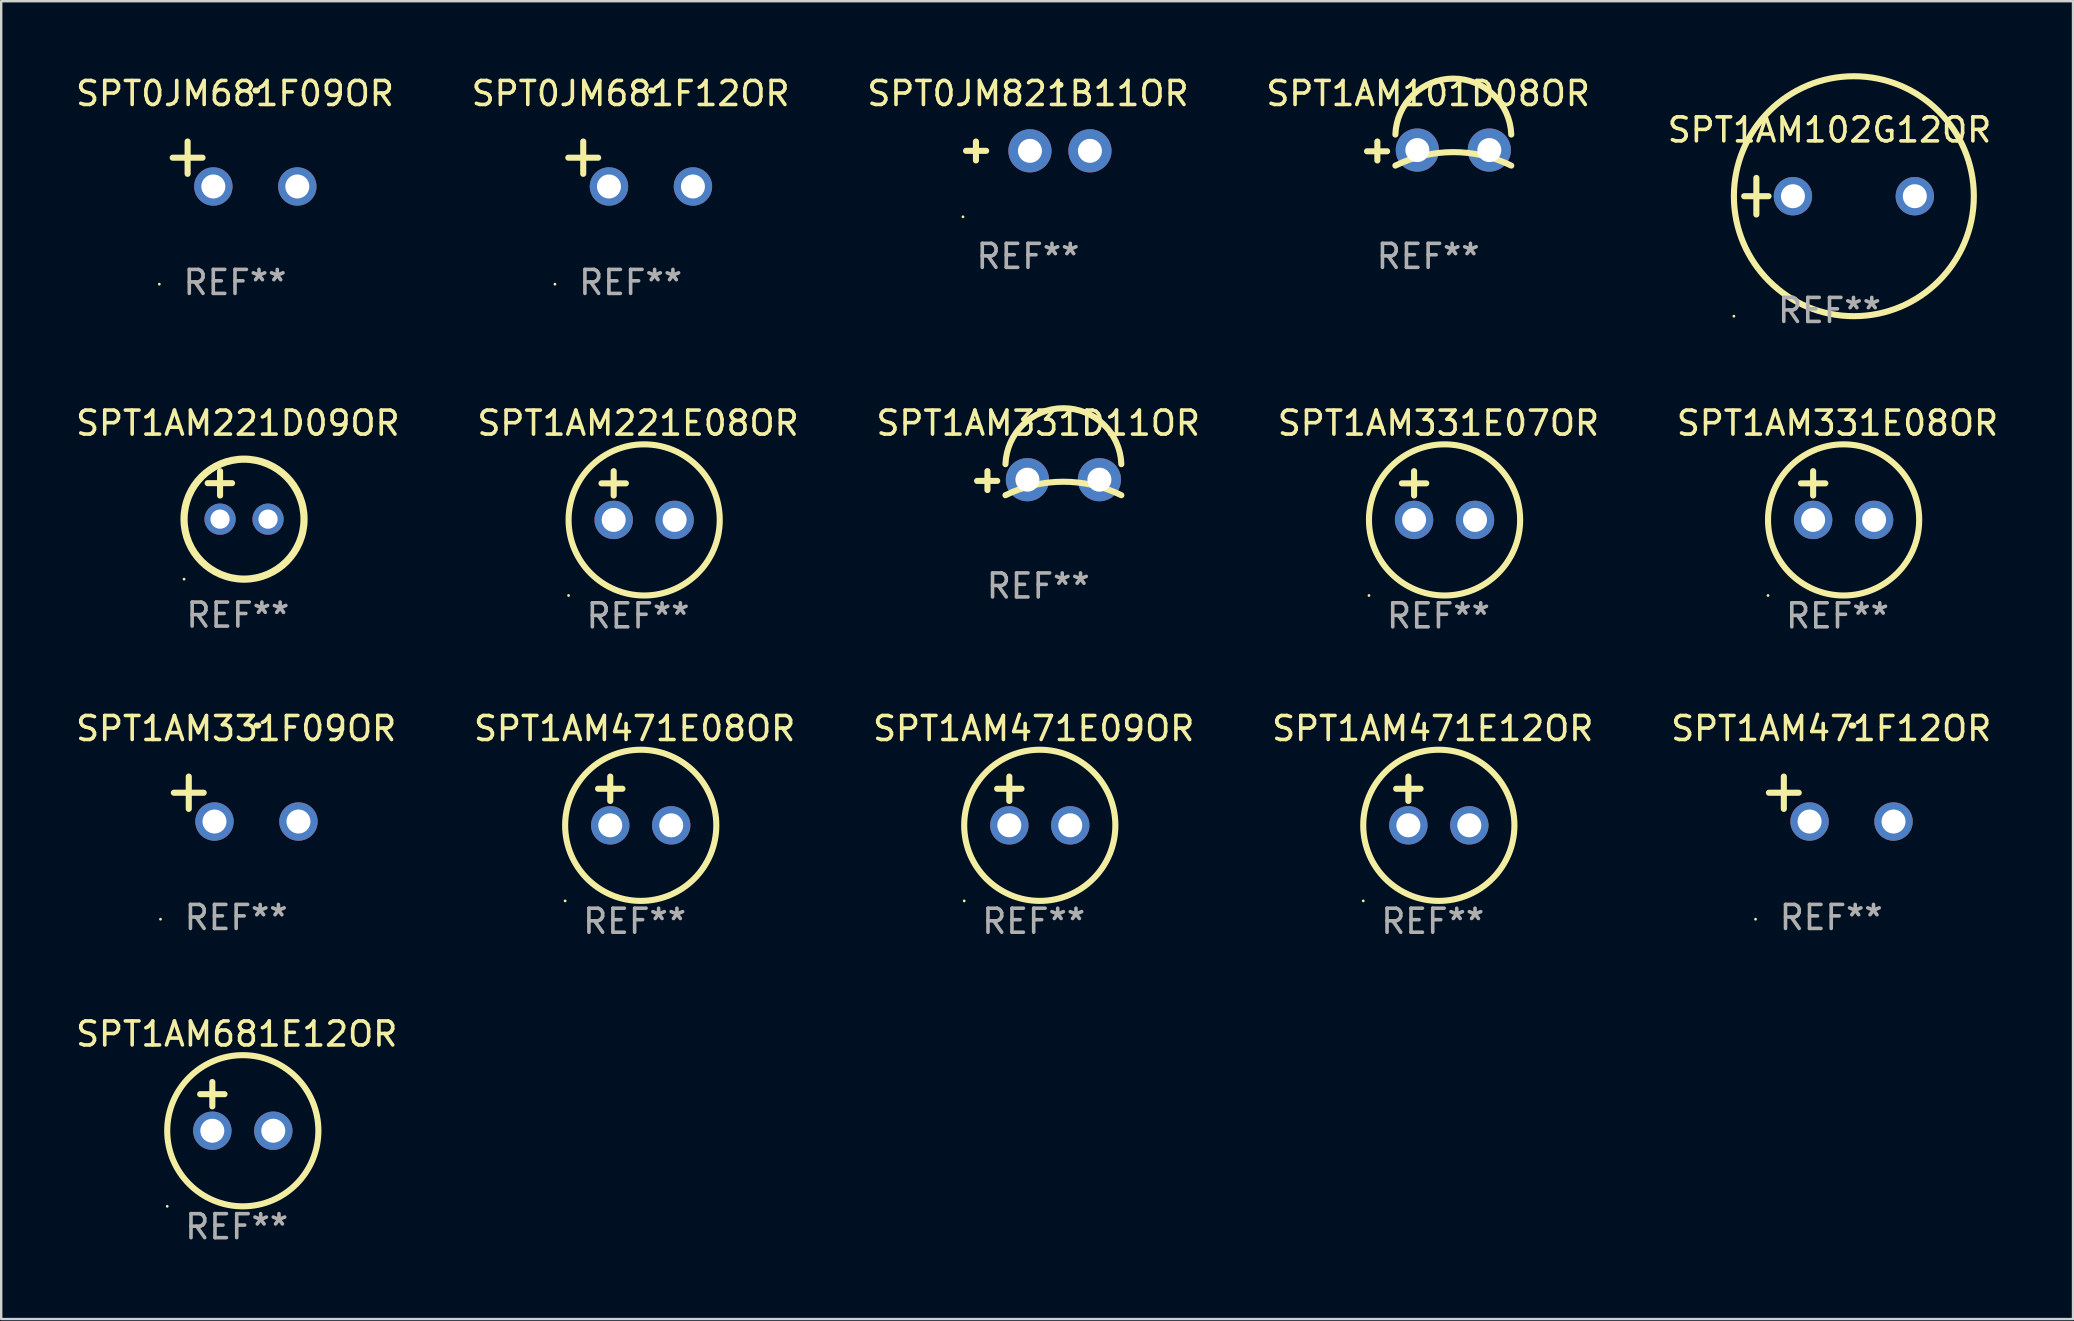
<source format=kicad_pcb>
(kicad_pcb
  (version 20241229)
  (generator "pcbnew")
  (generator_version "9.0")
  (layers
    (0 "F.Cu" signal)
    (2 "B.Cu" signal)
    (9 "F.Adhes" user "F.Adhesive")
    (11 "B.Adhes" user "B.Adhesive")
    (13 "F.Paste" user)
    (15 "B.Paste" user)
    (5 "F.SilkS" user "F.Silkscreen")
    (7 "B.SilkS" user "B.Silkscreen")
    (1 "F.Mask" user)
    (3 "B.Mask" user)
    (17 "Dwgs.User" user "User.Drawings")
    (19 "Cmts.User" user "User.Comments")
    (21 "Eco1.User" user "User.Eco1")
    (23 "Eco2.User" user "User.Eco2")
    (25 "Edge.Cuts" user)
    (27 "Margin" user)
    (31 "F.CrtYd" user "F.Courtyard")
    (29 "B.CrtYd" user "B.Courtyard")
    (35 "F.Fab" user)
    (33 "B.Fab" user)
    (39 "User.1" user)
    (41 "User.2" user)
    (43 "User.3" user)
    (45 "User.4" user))
  (footprint "SPT1AM471E12OR"
    (layer "F.Cu")
    (at 56.661 30.33)
    (property "Reference" "SPT1AM471E12OR" (at 0 -3.016 0) (layer "F.SilkS") (effects (font (size 1 1) (thickness 0.15))))
    (attr through_hole)
    (fp_line (start -1.524 -0.508) (end -0.508 -0.508) (stroke (width 0.254) (type solid)) (layer "F.SilkS"))
    (fp_line (start -1.016 -1.016) (end -1.016 0) (stroke (width 0.254) (type solid)) (layer "F.SilkS"))
    (fp_circle (center -2.896 4.166) (end -2.866 4.166) (stroke (width 0.06) (type solid)) (fill no) (layer "F.SilkS"))
    (fp_circle (center 0.254 1.016) (end 3.404 1.016) (stroke (width 0.254) (type solid)) (fill no) (layer "F.SilkS"))
    (fp_text user "REF**" (at 0 5.016 0) (layer "F.Fab") (effects (font (size 1 1) (thickness 0.15))))
    (pad "1" thru_hole circle (at -1.016 1.016) (size 1.6 1.6) (drill 1) (layers "*.Cu" "*.Mask"))
    (pad "2" thru_hole circle (at 1.524 1.016) (size 1.6 1.6) (drill 1) (layers "*.Cu" "*.Mask")))
  (footprint "SPT1AM331E07OR"
    (layer "F.Cu")
    (at 56.899 17.602)
    (property "Reference" "SPT1AM331E07OR" (at 0 -3.016 0) (layer "F.SilkS") (effects (font (size 1 1) (thickness 0.15))))
    (attr through_hole)
    (fp_line (start -1.524 -0.508) (end -0.508 -0.508) (stroke (width 0.254) (type solid)) (layer "F.SilkS"))
    (fp_line (start -1.016 -1.016) (end -1.016 0) (stroke (width 0.254) (type solid)) (layer "F.SilkS"))
    (fp_circle (center -2.896 4.166) (end -2.866 4.166) (stroke (width 0.06) (type solid)) (fill no) (layer "F.SilkS"))
    (fp_circle (center 0.254 1.016) (end 3.404 1.016) (stroke (width 0.254) (type solid)) (fill no) (layer "F.SilkS"))
    (fp_text user "REF**" (at 0 5.016 0) (layer "F.Fab") (effects (font (size 1 1) (thickness 0.15))))
    (pad "1" thru_hole circle (at -1.016 1.016) (size 1.6 1.6) (drill 1) (layers "*.Cu" "*.Mask"))
    (pad "2" thru_hole circle (at 1.524 1.016) (size 1.6 1.6) (drill 1) (layers "*.Cu" "*.Mask")))
  (footprint "SPT1AM101D08OR"
    (layer "F.Cu")
    (at 56.47 3.242)
    (property "Reference" "SPT1AM101D08OR" (at 0 -2.394 0) (layer "F.SilkS") (effects (font (size 1 1) (thickness 0.15))))
    (attr through_hole)
    (fp_line (start -2.117 0.394) (end -2.117 -0.394) (stroke (width 0.254) (type solid)) (layer "F.SilkS"))
    (fp_line (start -1.711 0.013) (end -2.549 0.013) (stroke (width 0.254) (type solid)) (layer "F.SilkS"))
    (fp_arc (start -1.366193 0.608941) (mid 1.048615 0.047743) (end 3.463424 0.60894) (stroke (width 0.254001) (type solid)) (layer "F.SilkS"))
    (fp_arc (start -1.366192 -0.685141) (mid 1.048616 -3.016259) (end 3.463424 -0.685141) (stroke (width 0.254001) (type solid)) (layer "F.SilkS"))
    (fp_circle (center -2.676 -2.538) (end -2.646 -2.538) (stroke (width 0.06) (type solid)) (fill no) (layer "F.SilkS"))
    (fp_text user "REF**" (at 0 4.394 0) (layer "F.Fab") (effects (font (size 1 1) (thickness 0.15))))
    (pad "1" thru_hole circle (at -0.451 -0.038) (size 1.8 1.8) (drill 1) (layers "*.Cu" "*.Mask"))
    (pad "2" thru_hole circle (at 2.549 -0.038) (size 1.8 1.8) (drill 1) (layers "*.Cu" "*.Mask")))
  (footprint "SPT1AM102G12OR"
    (layer "F.Cu")
    (at 73.196 5.127)
    (property "Reference" "SPT1AM102G12OR" (at 0 -2.762 0) (layer "F.SilkS") (effects (font (size 1 1) (thickness 0.15))))
    (attr through_hole)
    (fp_line (start -3.556 0) (end -2.54 0) (stroke (width 0.254) (type solid)) (layer "F.SilkS"))
    (fp_line (start -3.048 -0.762) (end -3.048 0.762) (stroke (width 0.254) (type solid)) (layer "F.SilkS"))
    (fp_circle (center -3.984 5) (end -3.954 5) (stroke (width 0.06) (type solid)) (fill no) (layer "F.SilkS"))
    (fp_circle (center 1.016 0) (end 6.016 0) (stroke (width 0.254) (type solid)) (fill no) (layer "F.SilkS"))
    (fp_text user "REF**" (at 0 4.762 0) (layer "F.Fab") (effects (font (size 1 1) (thickness 0.15))))
    (pad "1" thru_hole circle (at -1.524 0) (size 1.6 1.6) (drill 1) (layers "*.Cu" "*.Mask"))
    (pad "2" thru_hole circle (at 3.556 0) (size 1.6 1.6) (drill 1) (layers "*.Cu" "*.Mask")))
  (footprint "SPT1AM681E12OR"
    (layer "F.Cu")
    (at 6.815 43.059)
    (property "Reference" "SPT1AM681E12OR" (at 0 -3.016 0) (layer "F.SilkS") (effects (font (size 1 1) (thickness 0.15))))
    (attr through_hole)
    (fp_line (start -1.524 -0.508) (end -0.508 -0.508) (stroke (width 0.254) (type solid)) (layer "F.SilkS"))
    (fp_line (start -1.016 -1.016) (end -1.016 0) (stroke (width 0.254) (type solid)) (layer "F.SilkS"))
    (fp_circle (center -2.896 4.166) (end -2.866 4.166) (stroke (width 0.06) (type solid)) (fill no) (layer "F.SilkS"))
    (fp_circle (center 0.254 1.016) (end 3.404 1.016) (stroke (width 0.254) (type solid)) (fill no) (layer "F.SilkS"))
    (fp_text user "REF**" (at 0 5.016 0) (layer "F.Fab") (effects (font (size 1 1) (thickness 0.15))))
    (pad "1" thru_hole circle (at -1.016 1.016) (size 1.6 1.6) (drill 1) (layers "*.Cu" "*.Mask"))
    (pad "2" thru_hole circle (at 1.524 1.016) (size 1.6 1.6) (drill 1) (layers "*.Cu" "*.Mask")))
  (footprint "SPT1AM221E08OR"
    (layer "F.Cu")
    (at 23.542 17.602)
    (property "Reference" "SPT1AM221E08OR" (at 0 -3.016 0) (layer "F.SilkS") (effects (font (size 1 1) (thickness 0.15))))
    (attr through_hole)
    (fp_line (start -1.524 -0.508) (end -0.508 -0.508) (stroke (width 0.254) (type solid)) (layer "F.SilkS"))
    (fp_line (start -1.016 -1.016) (end -1.016 0) (stroke (width 0.254) (type solid)) (layer "F.SilkS"))
    (fp_circle (center -2.896 4.166) (end -2.866 4.166) (stroke (width 0.06) (type solid)) (fill no) (layer "F.SilkS"))
    (fp_circle (center 0.254 1.016) (end 3.404 1.016) (stroke (width 0.254) (type solid)) (fill no) (layer "F.SilkS"))
    (fp_text user "REF**" (at 0 5.016 0) (layer "F.Fab") (effects (font (size 1 1) (thickness 0.15))))
    (pad "1" thru_hole circle (at -1.016 1.016) (size 1.6 1.6) (drill 1) (layers "*.Cu" "*.Mask"))
    (pad "2" thru_hole circle (at 1.524 1.016) (size 1.6 1.6) (drill 1) (layers "*.Cu" "*.Mask")))
  (footprint "SPT1AM221D09OR"
    (layer "F.Cu")
    (at 6.863 17.586)
    (property "Reference" "SPT1AM221D09OR" (at 0 -3 0) (layer "F.SilkS") (effects (font (size 1 1) (thickness 0.15))))
    (attr through_hole)
    (fp_line (start -1.258 -0.5) (end -0.242 -0.5) (stroke (width 0.254) (type solid)) (layer "F.SilkS"))
    (fp_line (start -0.742 -1) (end -0.742 0.016) (stroke (width 0.254) (type solid)) (layer "F.SilkS"))
    (fp_circle (center -2.242 3.5) (end -2.212 3.5) (stroke (width 0.06) (type solid)) (fill no) (layer "F.SilkS"))
    (fp_circle (center 0.258 1) (end 2.758 1) (stroke (width 0.3) (type solid)) (fill no) (layer "F.SilkS"))
    (fp_text user "REF**" (at 0 5 0) (layer "F.Fab") (effects (font (size 1 1) (thickness 0.15))))
    (pad "1" thru_hole circle (at -0.742 1) (size 1.3 1.3) (drill 0.8) (layers "*.Cu" "*.Mask"))
    (pad "2" thru_hole circle (at 1.258 1) (size 1.3 1.3) (drill 0.8) (layers "*.Cu" "*.Mask")))
  (footprint "SPT1AM471E09OR"
    (layer "F.Cu")
    (at 40.03 30.33)
    (property "Reference" "SPT1AM471E09OR" (at 0 -3.016 0) (layer "F.SilkS") (effects (font (size 1 1) (thickness 0.15))))
    (attr through_hole)
    (fp_line (start -1.524 -0.508) (end -0.508 -0.508) (stroke (width 0.254) (type solid)) (layer "F.SilkS"))
    (fp_line (start -1.016 -1.016) (end -1.016 0) (stroke (width 0.254) (type solid)) (layer "F.SilkS"))
    (fp_circle (center -2.896 4.166) (end -2.866 4.166) (stroke (width 0.06) (type solid)) (fill no) (layer "F.SilkS"))
    (fp_circle (center 0.254 1.016) (end 3.404 1.016) (stroke (width 0.254) (type solid)) (fill no) (layer "F.SilkS"))
    (fp_text user "REF**" (at 0 5.016 0) (layer "F.Fab") (effects (font (size 1 1) (thickness 0.15))))
    (pad "1" thru_hole circle (at -1.016 1.016) (size 1.6 1.6) (drill 1) (layers "*.Cu" "*.Mask"))
    (pad "2" thru_hole circle (at 1.524 1.016) (size 1.6 1.6) (drill 1) (layers "*.Cu" "*.Mask")))
  (footprint "SPT0JM681F09OR"
    (layer "F.Cu")
    (at 6.744 3.785)
    (property "Reference" "SPT0JM681F09OR" (at 0 -2.937 0) (layer "F.SilkS") (effects (font (size 1 1) (thickness 0.15))))
    (attr through_hole)
    (fp_line (start -1.975 0.41) (end -1.975 -0.937) (stroke (width 0.254) (type solid)) (layer "F.SilkS"))
    (fp_line (start -1.353 -0.263) (end -2.597 -0.263) (stroke (width 0.254) (type solid)) (layer "F.SilkS"))
    (fp_arc (start 0.849809 -3.063957) (mid 0.885369 -3.064114) (end 0.920929 -3.063957) (stroke (width 0.254001) (type solid)) (layer "F.SilkS"))
    (fp_circle (center -3.154 5.008) (end -3.124 5.008) (stroke (width 0.06) (type solid)) (fill no) (layer "F.SilkS"))
    (fp_text user "REF**" (at 0 4.937 0) (layer "F.Fab") (effects (font (size 1 1) (thickness 0.15))))
    (pad "1" thru_hole circle (at -0.903 0.937) (size 1.6 1.6) (drill 1) (layers "*.Cu" "*.Mask"))
    (pad "2" thru_hole circle (at 2.597 0.937) (size 1.6 1.6) (drill 1) (layers "*.Cu" "*.Mask")))
  (footprint "SPT0JM681F12OR"
    (layer "F.Cu")
    (at 23.232 3.785)
    (property "Reference" "SPT0JM681F12OR" (at 0 -2.937 0) (layer "F.SilkS") (effects (font (size 1 1) (thickness 0.15))))
    (attr through_hole)
    (fp_line (start -1.975 0.41) (end -1.975 -0.937) (stroke (width 0.254) (type solid)) (layer "F.SilkS"))
    (fp_line (start -1.353 -0.263) (end -2.597 -0.263) (stroke (width 0.254) (type solid)) (layer "F.SilkS"))
    (fp_arc (start 0.849809 -3.063957) (mid 0.885369 -3.064114) (end 0.920929 -3.063957) (stroke (width 0.254001) (type solid)) (layer "F.SilkS"))
    (fp_circle (center -3.154 5.008) (end -3.124 5.008) (stroke (width 0.06) (type solid)) (fill no) (layer "F.SilkS"))
    (fp_text user "REF**" (at 0 4.937 0) (layer "F.Fab") (effects (font (size 1 1) (thickness 0.15))))
    (pad "1" thru_hole circle (at -0.903 0.937) (size 1.6 1.6) (drill 1) (layers "*.Cu" "*.Mask"))
    (pad "2" thru_hole circle (at 2.597 0.937) (size 1.6 1.6) (drill 1) (layers "*.Cu" "*.Mask")))
  (footprint "SPT1AM331E08OR"
    (layer "F.Cu")
    (at 73.53 17.602)
    (property "Reference" "SPT1AM331E08OR" (at 0 -3.016 0) (layer "F.SilkS") (effects (font (size 1 1) (thickness 0.15))))
    (attr through_hole)
    (fp_line (start -1.524 -0.508) (end -0.508 -0.508) (stroke (width 0.254) (type solid)) (layer "F.SilkS"))
    (fp_line (start -1.016 -1.016) (end -1.016 0) (stroke (width 0.254) (type solid)) (layer "F.SilkS"))
    (fp_circle (center -2.896 4.166) (end -2.866 4.166) (stroke (width 0.06) (type solid)) (fill no) (layer "F.SilkS"))
    (fp_circle (center 0.254 1.016) (end 3.404 1.016) (stroke (width 0.254) (type solid)) (fill no) (layer "F.SilkS"))
    (fp_text user "REF**" (at 0 5.016 0) (layer "F.Fab") (effects (font (size 1 1) (thickness 0.15))))
    (pad "1" thru_hole circle (at -1.016 1.016) (size 1.6 1.6) (drill 1) (layers "*.Cu" "*.Mask"))
    (pad "2" thru_hole circle (at 1.524 1.016) (size 1.6 1.6) (drill 1) (layers "*.Cu" "*.Mask")))
  (footprint "SPT0JM821B11OR"
    (layer "F.Cu")
    (at 39.792 3.242)
    (property "Reference" "SPT0JM821B11OR" (at 0 -2.394 0) (layer "F.SilkS") (effects (font (size 1 1) (thickness 0.15))))
    (attr through_hole)
    (fp_line (start -2.168 0.394) (end -2.168 -0.394) (stroke (width 0.254) (type solid)) (layer "F.SilkS"))
    (fp_line (start -1.743 -0.006) (end -2.582 -0.006) (stroke (width 0.254) (type solid)) (layer "F.SilkS"))
    (fp_arc (start 1.311303 -2.756236) (mid 1.331623 -2.756311) (end 1.351943 -2.756236) (stroke (width 0.254001) (type solid)) (layer "F.SilkS"))
    (fp_circle (center -2.709 2.744) (end -2.679 2.744) (stroke (width 0.06) (type solid)) (fill no) (layer "F.SilkS"))
    (fp_text user "REF**" (at 0 4.394 0) (layer "F.Fab") (effects (font (size 1 1) (thickness 0.15))))
    (pad "1" thru_hole circle (at 0.082 -0.006) (size 1.8 1.8) (drill 1) (layers "*.Cu" "*.Mask"))
    (pad "2" thru_hole circle (at 2.582 -0.006) (size 1.8 1.8) (drill 1) (layers "*.Cu" "*.Mask")))
  (footprint "SPT1AM471E08OR"
    (layer "F.Cu")
    (at 23.399 30.33)
    (property "Reference" "SPT1AM471E08OR" (at 0 -3.016 0) (layer "F.SilkS") (effects (font (size 1 1) (thickness 0.15))))
    (attr through_hole)
    (fp_line (start -1.524 -0.508) (end -0.508 -0.508) (stroke (width 0.254) (type solid)) (layer "F.SilkS"))
    (fp_line (start -1.016 -1.016) (end -1.016 0) (stroke (width 0.254) (type solid)) (layer "F.SilkS"))
    (fp_circle (center -2.896 4.166) (end -2.866 4.166) (stroke (width 0.06) (type solid)) (fill no) (layer "F.SilkS"))
    (fp_circle (center 0.254 1.016) (end 3.404 1.016) (stroke (width 0.254) (type solid)) (fill no) (layer "F.SilkS"))
    (fp_text user "REF**" (at 0 5.016 0) (layer "F.Fab") (effects (font (size 1 1) (thickness 0.15))))
    (pad "1" thru_hole circle (at -1.016 1.016) (size 1.6 1.6) (drill 1) (layers "*.Cu" "*.Mask"))
    (pad "2" thru_hole circle (at 1.524 1.016) (size 1.6 1.6) (drill 1) (layers "*.Cu" "*.Mask")))
  (footprint "SPT1AM331D11OR"
    (layer "F.Cu")
    (at 40.22 16.979)
    (property "Reference" "SPT1AM331D11OR" (at 0 -2.394 0) (layer "F.SilkS") (effects (font (size 1 1) (thickness 0.15))))
    (attr through_hole)
    (fp_line (start -2.117 0.394) (end -2.117 -0.394) (stroke (width 0.254) (type solid)) (layer "F.SilkS"))
    (fp_line (start -1.711 0.013) (end -2.549 0.013) (stroke (width 0.254) (type solid)) (layer "F.SilkS"))
    (fp_arc (start -1.366193 0.608941) (mid 1.048615 0.047743) (end 3.463424 0.60894) (stroke (width 0.254001) (type solid)) (layer "F.SilkS"))
    (fp_arc (start -1.366192 -0.685141) (mid 1.048616 -3.016259) (end 3.463424 -0.685141) (stroke (width 0.254001) (type solid)) (layer "F.SilkS"))
    (fp_circle (center -2.676 -2.538) (end -2.646 -2.538) (stroke (width 0.06) (type solid)) (fill no) (layer "F.SilkS"))
    (fp_text user "REF**" (at 0 4.394 0) (layer "F.Fab") (effects (font (size 1 1) (thickness 0.15))))
    (pad "1" thru_hole circle (at -0.451 -0.038) (size 1.8 1.8) (drill 1) (layers "*.Cu" "*.Mask"))
    (pad "2" thru_hole circle (at 2.549 -0.038) (size 1.8 1.8) (drill 1) (layers "*.Cu" "*.Mask")))
  (footprint "SPT1AM471F12OR"
    (layer "F.Cu")
    (at 73.268 30.251)
    (property "Reference" "SPT1AM471F12OR" (at 0 -2.937 0) (layer "F.SilkS") (effects (font (size 1 1) (thickness 0.15))))
    (attr through_hole)
    (fp_line (start -1.975 0.41) (end -1.975 -0.937) (stroke (width 0.254) (type solid)) (layer "F.SilkS"))
    (fp_line (start -1.353 -0.263) (end -2.597 -0.263) (stroke (width 0.254) (type solid)) (layer "F.SilkS"))
    (fp_arc (start 0.849809 -3.063957) (mid 0.885369 -3.064114) (end 0.920929 -3.063957) (stroke (width 0.254001) (type solid)) (layer "F.SilkS"))
    (fp_circle (center -3.154 5.008) (end -3.124 5.008) (stroke (width 0.06) (type solid)) (fill no) (layer "F.SilkS"))
    (fp_text user "REF**" (at 0 4.937 0) (layer "F.Fab") (effects (font (size 1 1) (thickness 0.15))))
    (pad "1" thru_hole circle (at -0.903 0.937) (size 1.6 1.6) (drill 1) (layers "*.Cu" "*.Mask"))
    (pad "2" thru_hole circle (at 2.597 0.937) (size 1.6 1.6) (drill 1) (layers "*.Cu" "*.Mask")))
  (footprint "SPT1AM331F09OR"
    (layer "F.Cu")
    (at 6.792 30.251)
    (property "Reference" "SPT1AM331F09OR" (at 0 -2.937 0) (layer "F.SilkS") (effects (font (size 1 1) (thickness 0.15))))
    (attr through_hole)
    (fp_line (start -1.975 0.41) (end -1.975 -0.937) (stroke (width 0.254) (type solid)) (layer "F.SilkS"))
    (fp_line (start -1.353 -0.263) (end -2.597 -0.263) (stroke (width 0.254) (type solid)) (layer "F.SilkS"))
    (fp_arc (start 0.849809 -3.063957) (mid 0.885369 -3.064114) (end 0.920929 -3.063957) (stroke (width 0.254001) (type solid)) (layer "F.SilkS"))
    (fp_circle (center -3.154 5.008) (end -3.124 5.008) (stroke (width 0.06) (type solid)) (fill no) (layer "F.SilkS"))
    (fp_text user "REF**" (at 0 4.937 0) (layer "F.Fab") (effects (font (size 1 1) (thickness 0.15))))
    (pad "1" thru_hole circle (at -0.903 0.937) (size 1.6 1.6) (drill 1) (layers "*.Cu" "*.Mask"))
    (pad "2" thru_hole circle (at 2.597 0.937) (size 1.6 1.6) (drill 1) (layers "*.Cu" "*.Mask")))
  (gr_rect
    (start -3 -3)
    (end 83.345 51.923)
    (stroke (width 0.1) (type default))
    (fill no)
    (layer "Edge.Cuts")))
</source>
